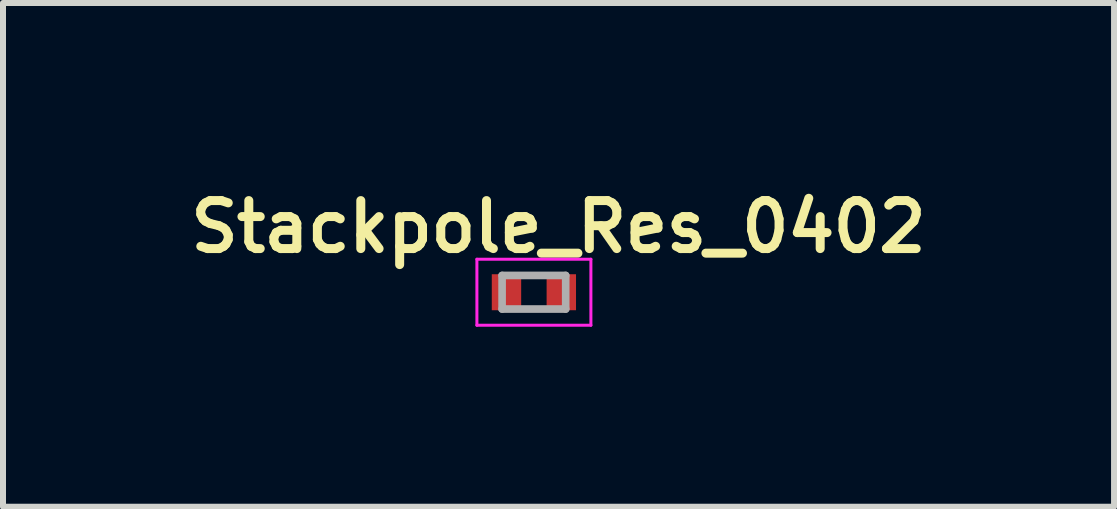
<source format=kicad_pcb>
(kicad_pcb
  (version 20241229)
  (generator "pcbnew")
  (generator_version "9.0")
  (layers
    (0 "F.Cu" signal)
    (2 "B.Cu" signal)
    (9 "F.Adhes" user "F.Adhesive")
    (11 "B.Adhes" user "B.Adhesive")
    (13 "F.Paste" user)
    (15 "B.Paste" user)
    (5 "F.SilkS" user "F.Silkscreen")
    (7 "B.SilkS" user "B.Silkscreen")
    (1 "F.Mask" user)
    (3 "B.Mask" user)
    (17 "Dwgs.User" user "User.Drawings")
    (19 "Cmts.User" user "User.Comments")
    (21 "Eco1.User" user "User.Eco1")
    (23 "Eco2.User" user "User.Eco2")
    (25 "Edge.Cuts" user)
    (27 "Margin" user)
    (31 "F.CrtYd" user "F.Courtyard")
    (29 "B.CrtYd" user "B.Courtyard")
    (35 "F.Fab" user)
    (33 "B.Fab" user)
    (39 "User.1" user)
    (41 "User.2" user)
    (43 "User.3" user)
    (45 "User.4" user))
  (footprint "Stackpole_Res_0402"
    (layer "F.Cu")
    (at 5.849 1.821)
    (property "Reference" "Stackpole_Res_0402" (at 0.41 -1.09 0) (layer "F.SilkS") (effects (font (size 0.8 0.8) (thickness 0.15))))
    (attr through_hole)
    (fp_line (start -0.95 -0.55) (end 0.95 -0.55) (stroke (width 0.05) (type solid)) (layer "F.CrtYd"))
    (fp_line (start -0.95 0.55) (end -0.95 -0.55) (stroke (width 0.05) (type solid)) (layer "F.CrtYd"))
    (fp_line (start -0.95 0.55) (end 0.95 0.55) (stroke (width 0.05) (type solid)) (layer "F.CrtYd"))
    (fp_line (start 0.95 0.55) (end 0.95 -0.55) (stroke (width 0.05) (type solid)) (layer "F.CrtYd"))
    (fp_line (start -0.53 0.28) (end -0.53 -0.28) (stroke (width 0.127) (type solid)) (layer "F.Fab"))
    (fp_line (start 0.53 -0.28) (end -0.53 -0.28) (stroke (width 0.127) (type solid)) (layer "F.Fab"))
    (fp_line (start 0.53 0.28) (end -0.53 0.28) (stroke (width 0.127) (type solid)) (layer "F.Fab"))
    (fp_line (start 0.53 0.28) (end 0.53 -0.28) (stroke (width 0.127) (type solid)) (layer "F.Fab"))
    (pad "1" smd rect (at -0.457 0) (size 0.49 0.6) (layers "F.Cu" "F.Mask" "F.Paste"))
    (pad "2" smd rect (at 0.457 0) (size 0.49 0.6) (layers "F.Cu" "F.Mask" "F.Paste")))
  (gr_rect
    (start -3 -3)
    (end 15.519 5.396)
    (stroke (width 0.1) (type default))
    (fill no)
    (layer "Edge.Cuts")))
</source>
